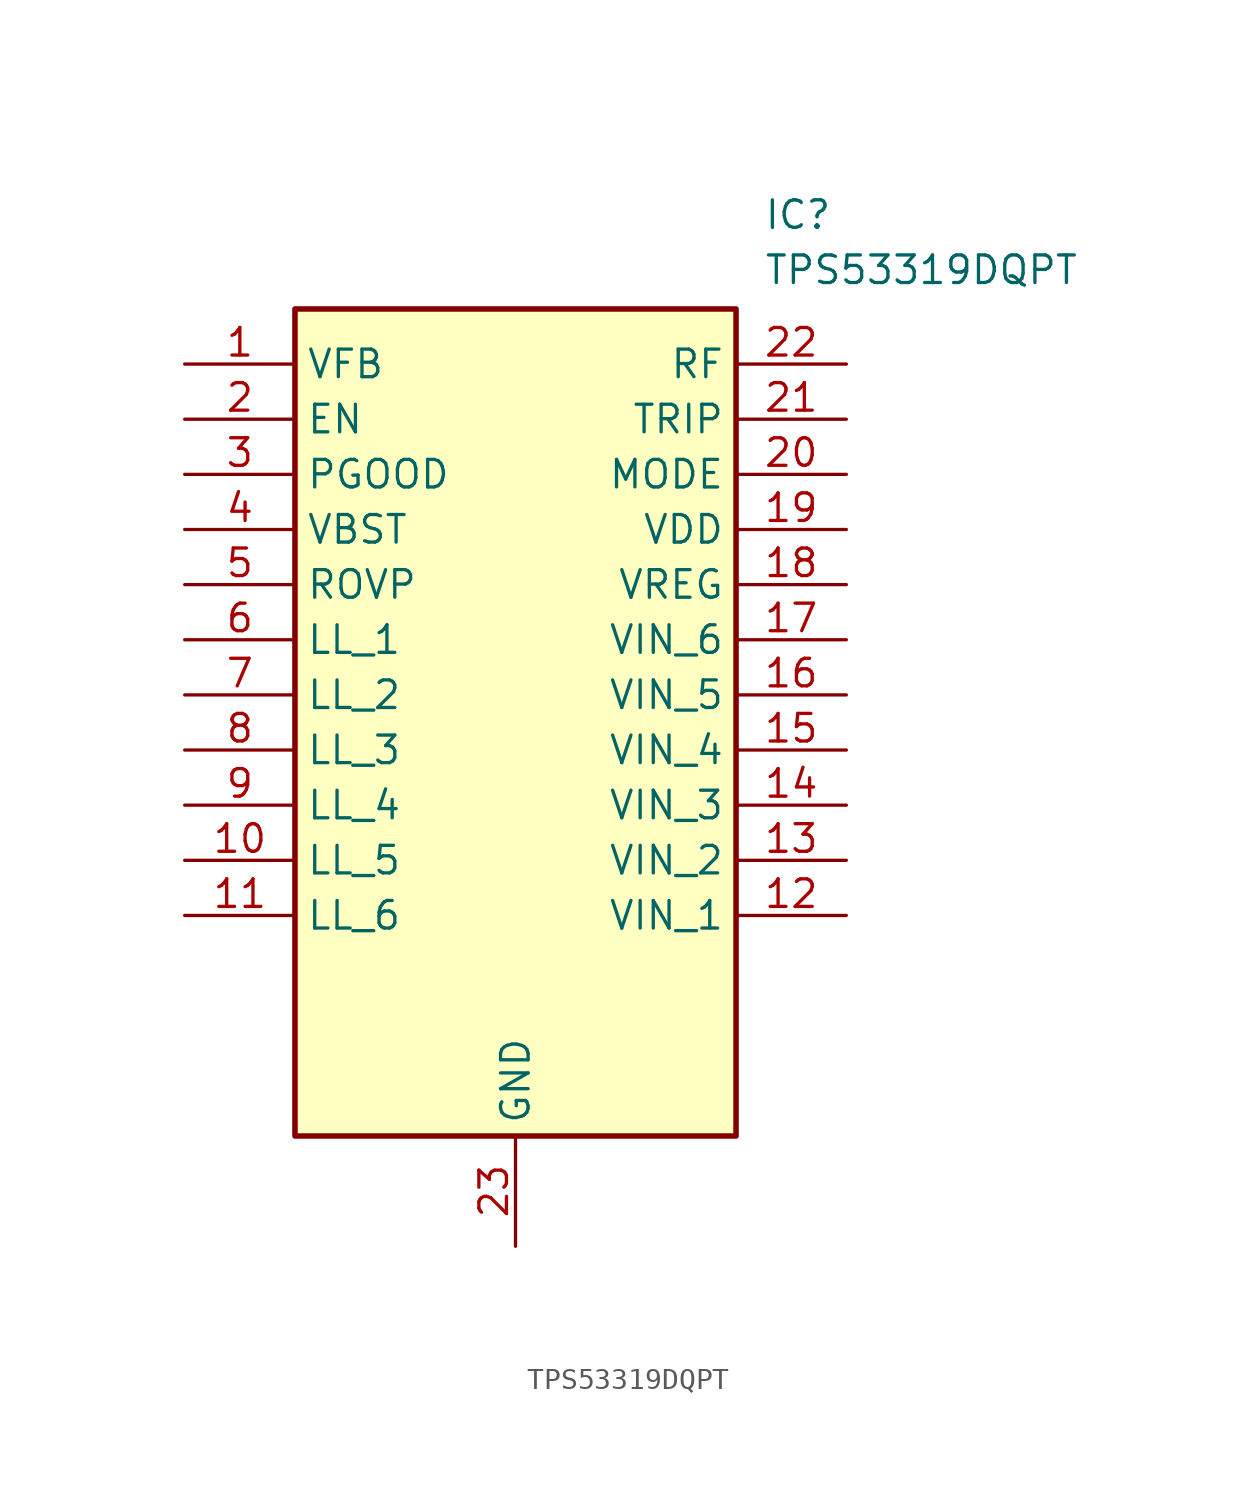
<source format=kicad_sym>
(kicad_symbol_lib
  (version 20211014)
  (generator SamacSys_ECAD_Model)
  (symbol "TPS53319DQPT"
    (property "Reference" "IC"
      (at 26.67 7.62 0)
      (effects (font (size 1.27 1.27)) (justify left top)))
    (property "Value" "TPS53319DQPT"
      (at 26.67 5.08 0)
      (effects (font (size 1.27 1.27)) (justify left top)))
    (rectangle
      (start 5.08 2.54)
      (end 25.4 -35.56)
      (stroke (width 0.254) (type default))
      (fill (type background)))
    (pin passive line
      (at 0 0 0)
      (length 5.08)
      (name "VFB" (effects (font (size 1.27 1.27))))
      (number "1" (effects (font (size 1.27 1.27)))))
    (pin passive line
      (at 0 -2.54 0)
      (length 5.08)
      (name "EN" (effects (font (size 1.27 1.27))))
      (number "2" (effects (font (size 1.27 1.27)))))
    (pin passive line
      (at 0 -5.08 0)
      (length 5.08)
      (name "PGOOD" (effects (font (size 1.27 1.27))))
      (number "3" (effects (font (size 1.27 1.27)))))
    (pin passive line
      (at 0 -7.62 0)
      (length 5.08)
      (name "VBST" (effects (font (size 1.27 1.27))))
      (number "4" (effects (font (size 1.27 1.27)))))
    (pin passive line
      (at 0 -10.16 0)
      (length 5.08)
      (name "ROVP" (effects (font (size 1.27 1.27))))
      (number "5" (effects (font (size 1.27 1.27)))))
    (pin passive line
      (at 0 -12.7 0)
      (length 5.08)
      (name "LL_1" (effects (font (size 1.27 1.27))))
      (number "6" (effects (font (size 1.27 1.27)))))
    (pin passive line
      (at 0 -15.24 0)
      (length 5.08)
      (name "LL_2" (effects (font (size 1.27 1.27))))
      (number "7" (effects (font (size 1.27 1.27)))))
    (pin passive line
      (at 0 -17.78 0)
      (length 5.08)
      (name "LL_3" (effects (font (size 1.27 1.27))))
      (number "8" (effects (font (size 1.27 1.27)))))
    (pin passive line
      (at 0 -20.32 0)
      (length 5.08)
      (name "LL_4" (effects (font (size 1.27 1.27))))
      (number "9" (effects (font (size 1.27 1.27)))))
    (pin passive line
      (at 0 -22.86 0)
      (length 5.08)
      (name "LL_5" (effects (font (size 1.27 1.27))))
      (number "10" (effects (font (size 1.27 1.27)))))
    (pin passive line
      (at 0 -25.4 0)
      (length 5.08)
      (name "LL_6" (effects (font (size 1.27 1.27))))
      (number "11" (effects (font (size 1.27 1.27)))))
    (pin passive line
      (at 15.24 -40.64 90)
      (length 5.08)
      (name "GND" (effects (font (size 1.27 1.27))))
      (number "23" (effects (font (size 1.27 1.27)))))
    (pin passive line
      (at 30.48 0 180)
      (length 5.08)
      (name "RF" (effects (font (size 1.27 1.27))))
      (number "22" (effects (font (size 1.27 1.27)))))
    (pin passive line
      (at 30.48 -2.54 180)
      (length 5.08)
      (name "TRIP" (effects (font (size 1.27 1.27))))
      (number "21" (effects (font (size 1.27 1.27)))))
    (pin passive line
      (at 30.48 -5.08 180)
      (length 5.08)
      (name "MODE" (effects (font (size 1.27 1.27))))
      (number "20" (effects (font (size 1.27 1.27)))))
    (pin passive line
      (at 30.48 -7.62 180)
      (length 5.08)
      (name "VDD" (effects (font (size 1.27 1.27))))
      (number "19" (effects (font (size 1.27 1.27)))))
    (pin passive line
      (at 30.48 -10.16 180)
      (length 5.08)
      (name "VREG" (effects (font (size 1.27 1.27))))
      (number "18" (effects (font (size 1.27 1.27)))))
    (pin passive line
      (at 30.48 -12.7 180)
      (length 5.08)
      (name "VIN_6" (effects (font (size 1.27 1.27))))
      (number "17" (effects (font (size 1.27 1.27)))))
    (pin passive line
      (at 30.48 -15.24 180)
      (length 5.08)
      (name "VIN_5" (effects (font (size 1.27 1.27))))
      (number "16" (effects (font (size 1.27 1.27)))))
    (pin passive line
      (at 30.48 -17.78 180)
      (length 5.08)
      (name "VIN_4" (effects (font (size 1.27 1.27))))
      (number "15" (effects (font (size 1.27 1.27)))))
    (pin passive line
      (at 30.48 -20.32 180)
      (length 5.08)
      (name "VIN_3" (effects (font (size 1.27 1.27))))
      (number "14" (effects (font (size 1.27 1.27)))))
    (pin passive line
      (at 30.48 -22.86 180)
      (length 5.08)
      (name "VIN_2" (effects (font (size 1.27 1.27))))
      (number "13" (effects (font (size 1.27 1.27)))))
    (pin passive line
      (at 30.48 -25.4 180)
      (length 5.08)
      (name "VIN_1" (effects (font (size 1.27 1.27))))
      (number "12" (effects (font (size 1.27 1.27)))))))
</source>
